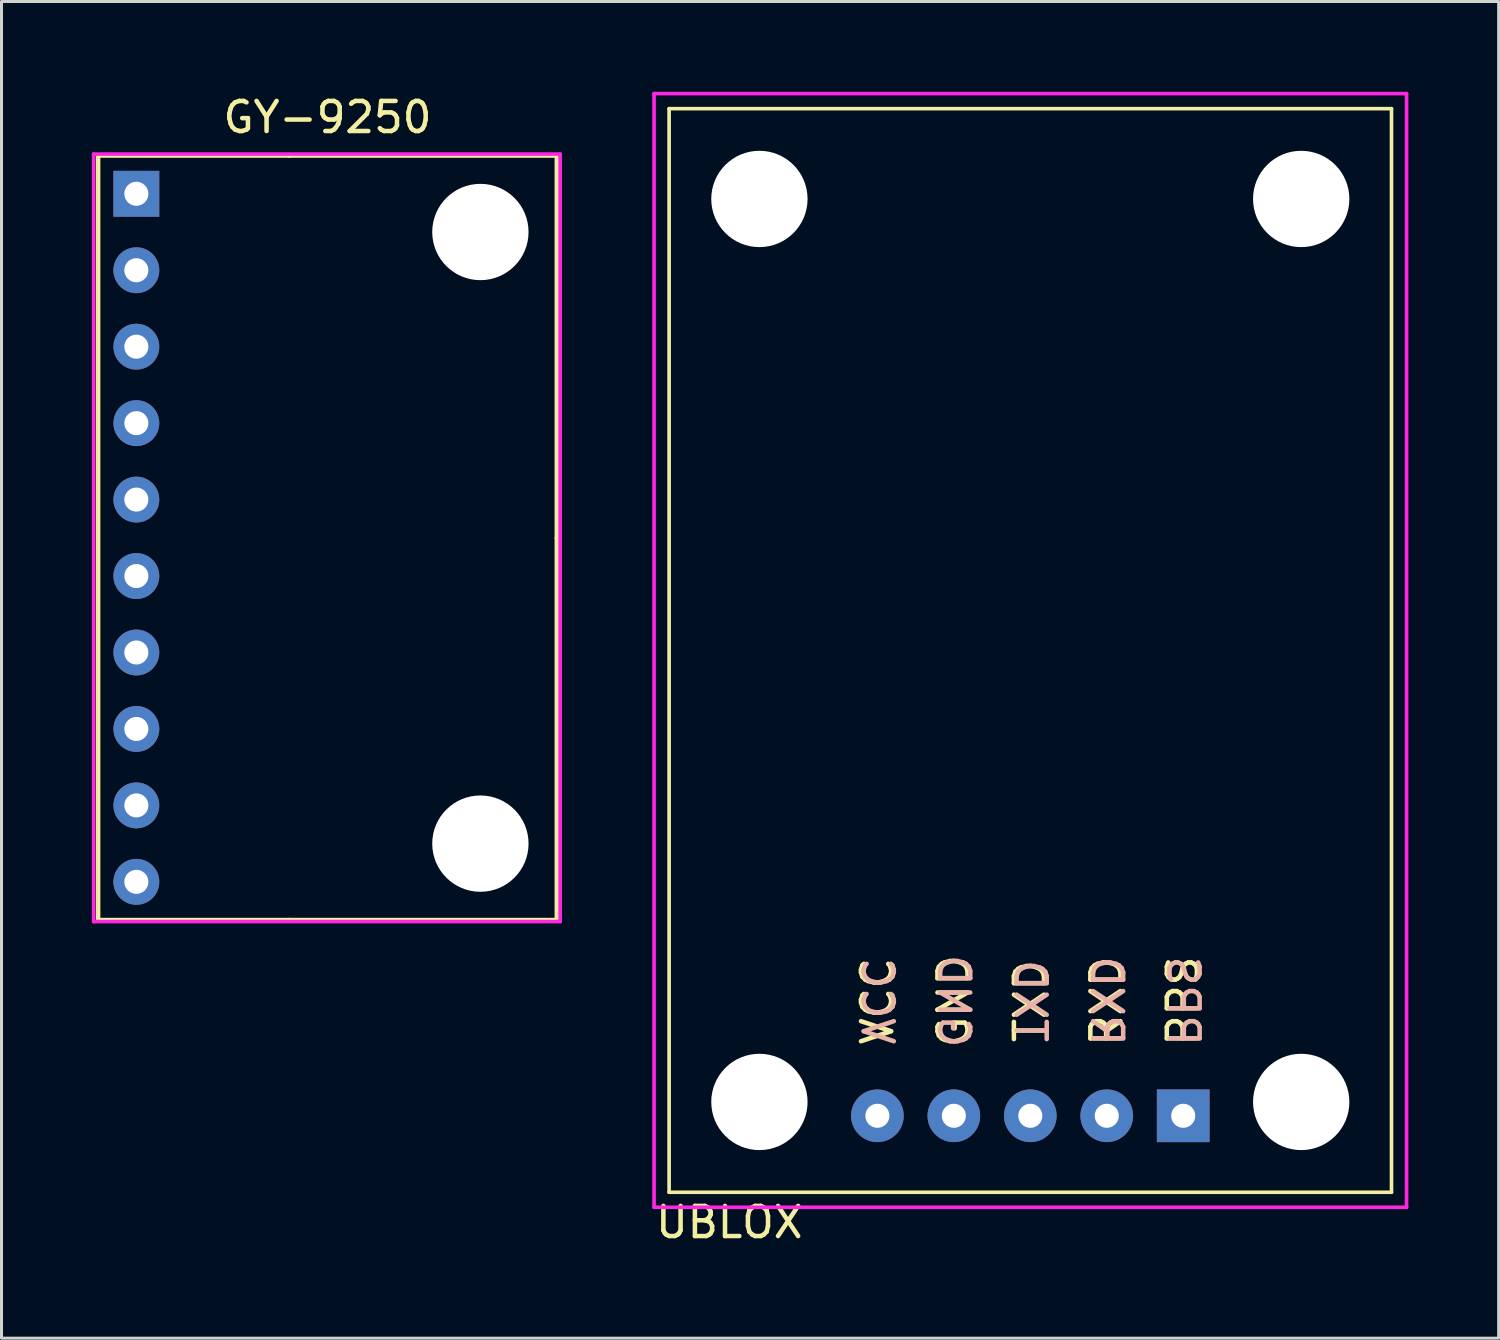
<source format=kicad_pcb>
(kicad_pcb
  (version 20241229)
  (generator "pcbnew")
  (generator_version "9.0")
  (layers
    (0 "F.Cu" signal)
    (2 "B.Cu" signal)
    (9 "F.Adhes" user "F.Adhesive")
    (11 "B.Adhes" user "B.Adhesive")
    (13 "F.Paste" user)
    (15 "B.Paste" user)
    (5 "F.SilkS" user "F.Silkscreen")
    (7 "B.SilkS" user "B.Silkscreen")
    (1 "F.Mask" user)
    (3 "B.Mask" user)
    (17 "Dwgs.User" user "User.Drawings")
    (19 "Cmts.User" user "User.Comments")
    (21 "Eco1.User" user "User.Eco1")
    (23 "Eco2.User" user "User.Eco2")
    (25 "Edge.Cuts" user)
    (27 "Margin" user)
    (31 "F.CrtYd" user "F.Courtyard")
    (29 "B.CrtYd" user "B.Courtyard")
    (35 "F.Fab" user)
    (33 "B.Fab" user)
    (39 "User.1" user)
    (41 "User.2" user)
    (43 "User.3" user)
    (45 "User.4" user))
  (footprint "UBLOX"
    (layer "F.Cu")
    (at 31.18 36.56)
    (property "Reference" "UBLOX" (at -10 1 0) (layer "F.SilkS") (effects (font (size 1 1) (thickness 0.15))))
    (attr through_hole)
    (fp_line (start -12 -36) (end -12 0) (stroke (width 0.12) (type solid)) (layer "F.SilkS"))
    (fp_line (start -12 0) (end 12 0) (stroke (width 0.12) (type solid)) (layer "F.SilkS"))
    (fp_line (start 12 -36) (end -12 -36) (stroke (width 0.12) (type solid)) (layer "F.SilkS"))
    (fp_line (start 12 0) (end 12 -36) (stroke (width 0.12) (type solid)) (layer "F.SilkS"))
    (fp_line (start -12.5 -36.5) (end -12.5 0.5) (stroke (width 0.12) (type solid)) (layer "F.CrtYd"))
    (fp_line (start -12.5 0.5) (end 12.5 0.5) (stroke (width 0.12) (type solid)) (layer "F.CrtYd"))
    (fp_line (start 12.5 -36.5) (end -12.5 -36.5) (stroke (width 0.12) (type solid)) (layer "F.CrtYd"))
    (fp_line (start 12.5 0.5) (end 12.5 -36.5) (stroke (width 0.12) (type solid)) (layer "F.CrtYd"))
    (fp_text user "RXD" (at 2.54 -6.35 90) (layer "F.SilkS") (effects (font (size 1 1) (thickness 0.15))))
    (fp_text user "VCC" (at -5.08 -6.35 90) (layer "F.SilkS") (effects (font (size 1 1) (thickness 0.15))))
    (fp_text user "TXD" (at 0 -6.35 90) (layer "F.SilkS") (effects (font (size 1 1) (thickness 0.15))))
    (fp_text user "GND" (at -2.54 -6.35 90) (layer "F.SilkS") (effects (font (size 1 1) (thickness 0.15))))
    (fp_text user "PPS" (at 5.08 -6.35 90) (layer "F.SilkS") (effects (font (size 1 1) (thickness 0.15))))
    (fp_text user "RXD" (at 2.54 -6.35 270) (unlocked yes) (layer "B.SilkS") (effects (font (size 1 1) (thickness 0.15)) (justify mirror)))
    (fp_text user "GND" (at -2.54 -6.35 270) (unlocked yes) (layer "B.SilkS") (effects (font (size 1 1) (thickness 0.15)) (justify mirror)))
    (fp_text user "TXD" (at 0 -6.35 270) (unlocked yes) (layer "B.SilkS") (effects (font (size 1 1) (thickness 0.15)) (justify mirror)))
    (fp_text user "PPS" (at 5.08 -6.35 270) (unlocked yes) (layer "B.SilkS") (effects (font (size 1 1) (thickness 0.15)) (justify mirror)))
    (fp_text user "VCC" (at -5.08 -6.35 270) (unlocked yes) (layer "B.SilkS") (effects (font (size 1 1) (thickness 0.15)) (justify mirror)))
    (pad "" np_thru_hole circle (at -9 -33) (size 3.2 3.2) (drill 3.2) (layers "*.Cu" "*.Mask"))
    (pad "" np_thru_hole circle (at -9 -3) (size 3.2 3.2) (drill 3.2) (layers "*.Cu" "*.Mask"))
    (pad "" np_thru_hole circle (at 9 -33) (size 3.2 3.2) (drill 3.2) (layers "*.Cu" "*.Mask"))
    (pad "" np_thru_hole circle (at 9 -3) (size 3.2 3.2) (drill 3.2) (layers "*.Cu" "*.Mask"))
    (pad "1" thru_hole rect (at 5.08 -2.54) (size 1.75 1.75) (drill 0.8) (layers "*.Cu" "*.Mask"))
    (pad "2" thru_hole circle (at 2.54 -2.54) (size 1.75 1.75) (drill 0.8) (layers "*.Cu" "*.Mask"))
    (pad "3" thru_hole circle (at 0 -2.54) (size 1.75 1.75) (drill 0.8) (layers "*.Cu" "*.Mask"))
    (pad "4" thru_hole circle (at -2.54 -2.54) (size 1.75 1.75) (drill 0.8) (layers "*.Cu" "*.Mask"))
    (pad "5" thru_hole circle (at -5.08 -2.54) (size 1.75 1.75) (drill 0.8) (layers "*.Cu" "*.Mask")))
  (footprint "GY-9250"
    (layer "F.Cu")
    (at 6.56 14.818)
    (property "Reference" "GY-9250" (at 1.27 -13.97 0) (layer "F.SilkS") (effects (font (size 1 1) (thickness 0.15))))
    (attr through_hole)
    (fp_line (start -6.35 -12.7) (end 0 -12.7) (stroke (width 0.15) (type solid)) (layer "F.SilkS"))
    (fp_line (start -6.35 12.7) (end -6.35 -12.7) (stroke (width 0.15) (type solid)) (layer "F.SilkS"))
    (fp_line (start 0 -12.7) (end 8.89 -12.7) (stroke (width 0.15) (type solid)) (layer "F.SilkS"))
    (fp_line (start 0 12.7) (end -6.35 12.7) (stroke (width 0.15) (type solid)) (layer "F.SilkS"))
    (fp_line (start 8.89 -12.7) (end 8.89 0) (stroke (width 0.15) (type solid)) (layer "F.SilkS"))
    (fp_line (start 8.89 0) (end 8.89 12.7) (stroke (width 0.15) (type solid)) (layer "F.SilkS"))
    (fp_line (start 8.89 12.7) (end 0 12.7) (stroke (width 0.15) (type solid)) (layer "F.SilkS"))
    (fp_line (start -6.5 -12.75) (end -6.5 12.75) (stroke (width 0.12) (type solid)) (layer "F.CrtYd"))
    (fp_line (start -6.5 -12.75) (end 9 -12.75) (stroke (width 0.12) (type solid)) (layer "F.CrtYd"))
    (fp_line (start -6.5 12.75) (end 9 12.75) (stroke (width 0.12) (type solid)) (layer "F.CrtYd"))
    (fp_line (start 9 -12.75) (end 9 12.75) (stroke (width 0.12) (type solid)) (layer "F.CrtYd"))
    (pad "" np_thru_hole circle (at 6.35 -10.16) (size 3.2 3.2) (drill 3.2) (layers "*.Cu" "*.Mask"))
    (pad "" np_thru_hole circle (at 6.35 10.16) (size 3.2 3.2) (drill 3.2) (layers "*.Cu" "*.Mask"))
    (pad "1" thru_hole rect (at -5.08 -11.43) (size 1.524 1.524) (drill 0.8) (layers "*.Cu" "*.Mask"))
    (pad "2" thru_hole circle (at -5.08 -8.89) (size 1.524 1.524) (drill 0.8) (layers "*.Cu" "*.Mask"))
    (pad "3" thru_hole circle (at -5.08 -6.35) (size 1.524 1.524) (drill 0.8) (layers "*.Cu" "*.Mask"))
    (pad "4" thru_hole circle (at -5.08 -3.81) (size 1.524 1.524) (drill 0.8) (layers "*.Cu" "*.Mask"))
    (pad "5" thru_hole circle (at -5.08 -1.27) (size 1.524 1.524) (drill 0.8) (layers "*.Cu" "*.Mask"))
    (pad "6" thru_hole circle (at -5.08 1.27) (size 1.524 1.524) (drill 0.8) (layers "*.Cu" "*.Mask"))
    (pad "7" thru_hole circle (at -5.08 3.81) (size 1.524 1.524) (drill 0.8) (layers "*.Cu" "*.Mask"))
    (pad "8" thru_hole circle (at -5.08 6.35) (size 1.524 1.524) (drill 0.8) (layers "*.Cu" "*.Mask"))
    (pad "9" thru_hole circle (at -5.08 8.89) (size 1.524 1.524) (drill 0.8) (layers "*.Cu" "*.Mask"))
    (pad "10" thru_hole circle (at -5.08 11.43) (size 1.524 1.524) (drill 0.8) (layers "*.Cu" "*.Mask")))
  (gr_rect
    (start -3 -3)
    (end 46.74 41.408)
    (stroke (width 0.1) (type default))
    (fill no)
    (layer "Edge.Cuts")))
</source>
